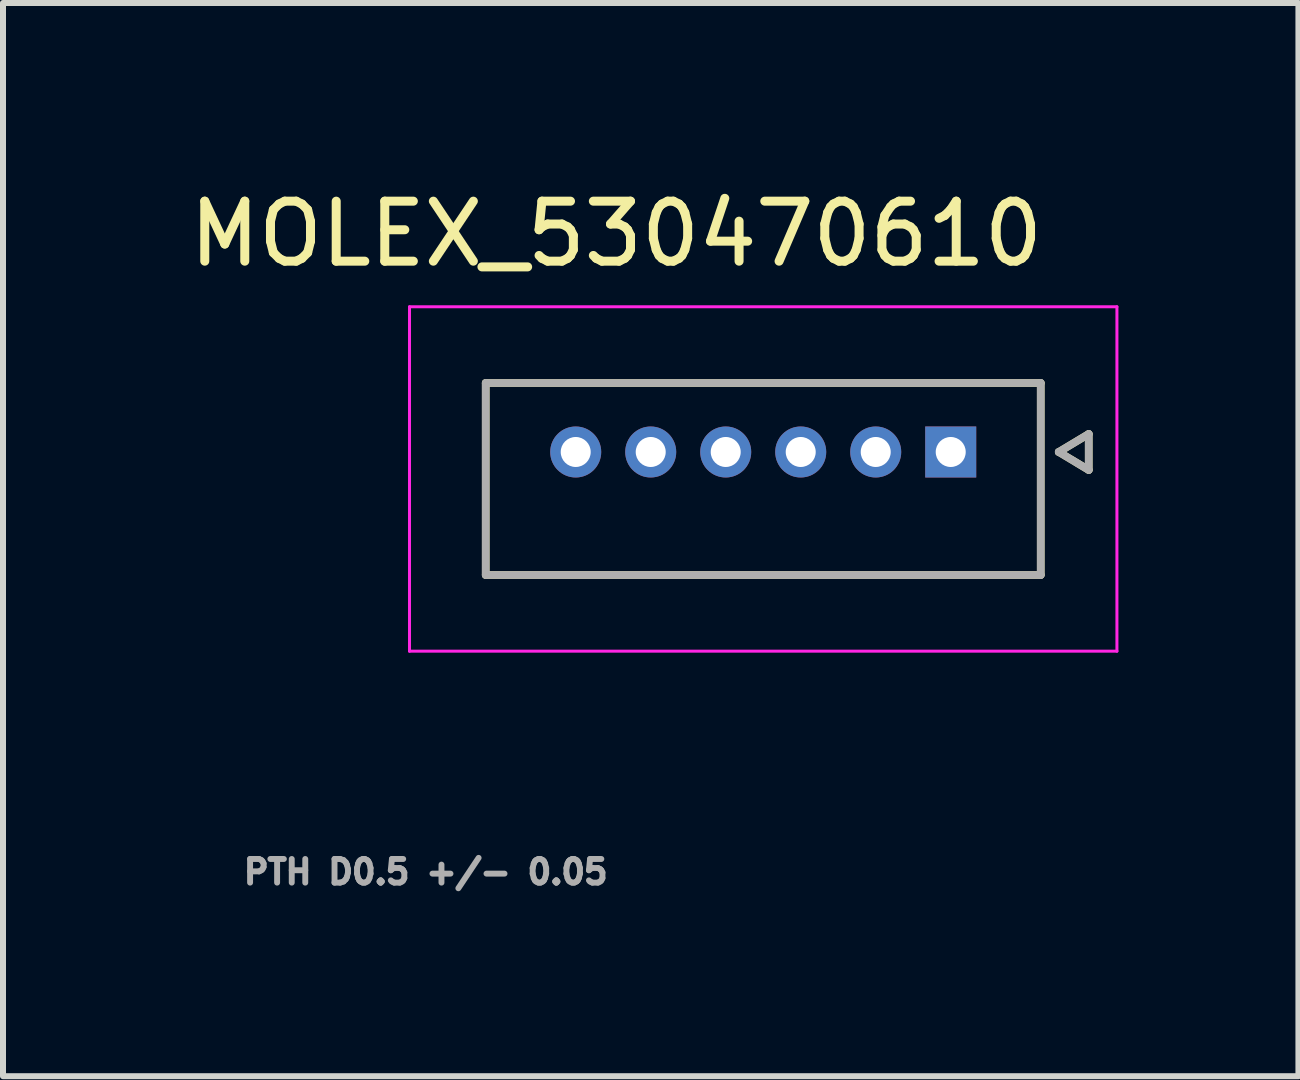
<source format=kicad_pcb>
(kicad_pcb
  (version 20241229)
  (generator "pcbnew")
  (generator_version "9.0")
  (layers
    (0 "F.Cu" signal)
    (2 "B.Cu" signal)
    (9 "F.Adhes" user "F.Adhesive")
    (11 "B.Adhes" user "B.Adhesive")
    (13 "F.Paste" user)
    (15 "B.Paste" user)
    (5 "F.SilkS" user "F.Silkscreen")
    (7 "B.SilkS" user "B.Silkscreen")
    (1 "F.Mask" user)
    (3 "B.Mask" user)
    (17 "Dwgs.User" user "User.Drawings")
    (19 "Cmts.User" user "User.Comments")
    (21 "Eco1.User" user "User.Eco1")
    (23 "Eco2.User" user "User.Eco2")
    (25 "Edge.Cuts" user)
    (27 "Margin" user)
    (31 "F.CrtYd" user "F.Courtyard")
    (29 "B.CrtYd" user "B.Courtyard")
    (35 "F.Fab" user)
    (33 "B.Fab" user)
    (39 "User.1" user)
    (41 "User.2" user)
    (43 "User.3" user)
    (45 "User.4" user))
  (footprint "MOLEX_530470610"
    (layer "F.Cu")
    (at 12.795 4.483)
    (property "Reference" "MOLEX_530470610" (at -5.575 -3.635 0) (layer "F.SilkS") (effects (font (size 1 1) (thickness 0.15))))
    (attr through_hole)
    (fp_circle (center -6.25 0) (end -5.999 0) (stroke (width 0.501) (type solid)) (fill no) (layer "F.Mask"))
    (fp_circle (center -5 0) (end -4.749 0) (stroke (width 0.501) (type solid)) (fill no) (layer "F.Mask"))
    (fp_circle (center -3.75 0) (end -3.499 0) (stroke (width 0.501) (type solid)) (fill no) (layer "F.Mask"))
    (fp_circle (center -2.5 0) (end -2.249 0) (stroke (width 0.501) (type solid)) (fill no) (layer "F.Mask"))
    (fp_circle (center -1.25 0) (end -0.999 0) (stroke (width 0.501) (type solid)) (fill no) (layer "F.Mask"))
    (fp_poly (pts (xy -0.501 -0.501) (xy 0.501 -0.501) (xy 0.501 0.501) (xy -0.501 0.501)) (stroke (width 0.01) (type solid)) (fill yes) (layer "F.Mask"))
    (fp_circle (center -6.25 0) (end -5.999 0) (stroke (width 0.501) (type solid)) (fill no) (layer "B.Mask"))
    (fp_circle (center -5 0) (end -4.749 0) (stroke (width 0.501) (type solid)) (fill no) (layer "B.Mask"))
    (fp_circle (center -3.75 0) (end -3.499 0) (stroke (width 0.501) (type solid)) (fill no) (layer "B.Mask"))
    (fp_circle (center -2.5 0) (end -2.249 0) (stroke (width 0.501) (type solid)) (fill no) (layer "B.Mask"))
    (fp_circle (center -1.25 0) (end -0.999 0) (stroke (width 0.501) (type solid)) (fill no) (layer "B.Mask"))
    (fp_poly (pts (xy -0.501 -0.501) (xy 0.501 -0.501) (xy 0.501 0.501) (xy -0.501 0.501)) (stroke (width 0.01) (type solid)) (fill yes) (layer "B.Mask"))
    (fp_line (start -7.75 -1.15) (end 1.5 -1.15) (stroke (width 0.127) (type solid)) (layer "F.SilkS"))
    (fp_line (start -7.75 2.05) (end -7.75 -1.15) (stroke (width 0.127) (type solid)) (layer "F.SilkS"))
    (fp_line (start 1.5 -1.15) (end 1.5 2.05) (stroke (width 0.127) (type solid)) (layer "F.SilkS"))
    (fp_line (start 1.5 2.05) (end -7.75 2.05) (stroke (width 0.127) (type solid)) (layer "F.SilkS"))
    (fp_line (start 1.8 0) (end 2.3 -0.3) (stroke (width 0.127) (type solid)) (layer "F.SilkS"))
    (fp_line (start 2.3 -0.3) (end 2.3 0.3) (stroke (width 0.127) (type solid)) (layer "F.SilkS"))
    (fp_line (start 2.3 0.3) (end 1.8 0) (stroke (width 0.127) (type solid)) (layer "F.SilkS"))
    (fp_line (start -9.02 -2.42) (end 2.77 -2.42) (stroke (width 0.05) (type solid)) (layer "F.CrtYd"))
    (fp_line (start -9.02 3.32) (end -9.02 -2.42) (stroke (width 0.05) (type solid)) (layer "F.CrtYd"))
    (fp_line (start 2.77 -2.42) (end 2.77 3.32) (stroke (width 0.05) (type solid)) (layer "F.CrtYd"))
    (fp_line (start 2.77 3.32) (end -9.02 3.32) (stroke (width 0.05) (type solid)) (layer "F.CrtYd"))
    (fp_line (start -7.75 -1.15) (end 1.5 -1.15) (stroke (width 0.127) (type solid)) (layer "F.Fab"))
    (fp_line (start -7.75 2.05) (end -7.75 -1.15) (stroke (width 0.127) (type solid)) (layer "F.Fab"))
    (fp_line (start 1.5 -1.15) (end 1.5 2.05) (stroke (width 0.127) (type solid)) (layer "F.Fab"))
    (fp_line (start 1.5 2.05) (end -7.75 2.05) (stroke (width 0.127) (type solid)) (layer "F.Fab"))
    (fp_line (start 1.8 0) (end 2.3 -0.3) (stroke (width 0.127) (type solid)) (layer "F.Fab"))
    (fp_line (start 2.3 -0.3) (end 2.3 0.3) (stroke (width 0.127) (type solid)) (layer "F.Fab"))
    (fp_line (start 2.3 0.3) (end 1.8 0) (stroke (width 0.127) (type solid)) (layer "F.Fab"))
    (fp_text user "PTH D0.5 +/- 0.05" (at -8.75 7 0) (layer "F.Fab") (effects (font (size 0.394 0.394) (thickness 0.15))))
    (pad "1" thru_hole rect (at 0 0) (size 0.85 0.85) (drill 0.5) (layers "*.Cu"))
    (pad "2" thru_hole circle (at -1.25 0) (size 0.85 0.85) (drill 0.5) (layers "*.Cu"))
    (pad "3" thru_hole circle (at -2.5 0) (size 0.85 0.85) (drill 0.5) (layers "*.Cu"))
    (pad "4" thru_hole circle (at -3.75 0) (size 0.85 0.85) (drill 0.5) (layers "*.Cu"))
    (pad "5" thru_hole circle (at -5 0) (size 0.85 0.85) (drill 0.5) (layers "*.Cu"))
    (pad "6" thru_hole circle (at -6.25 0) (size 0.85 0.85) (drill 0.5) (layers "*.Cu")))
  (gr_rect
    (start -3 -3)
    (end 18.59 14.886)
    (stroke (width 0.1) (type default))
    (fill no)
    (layer "Edge.Cuts")))
</source>
